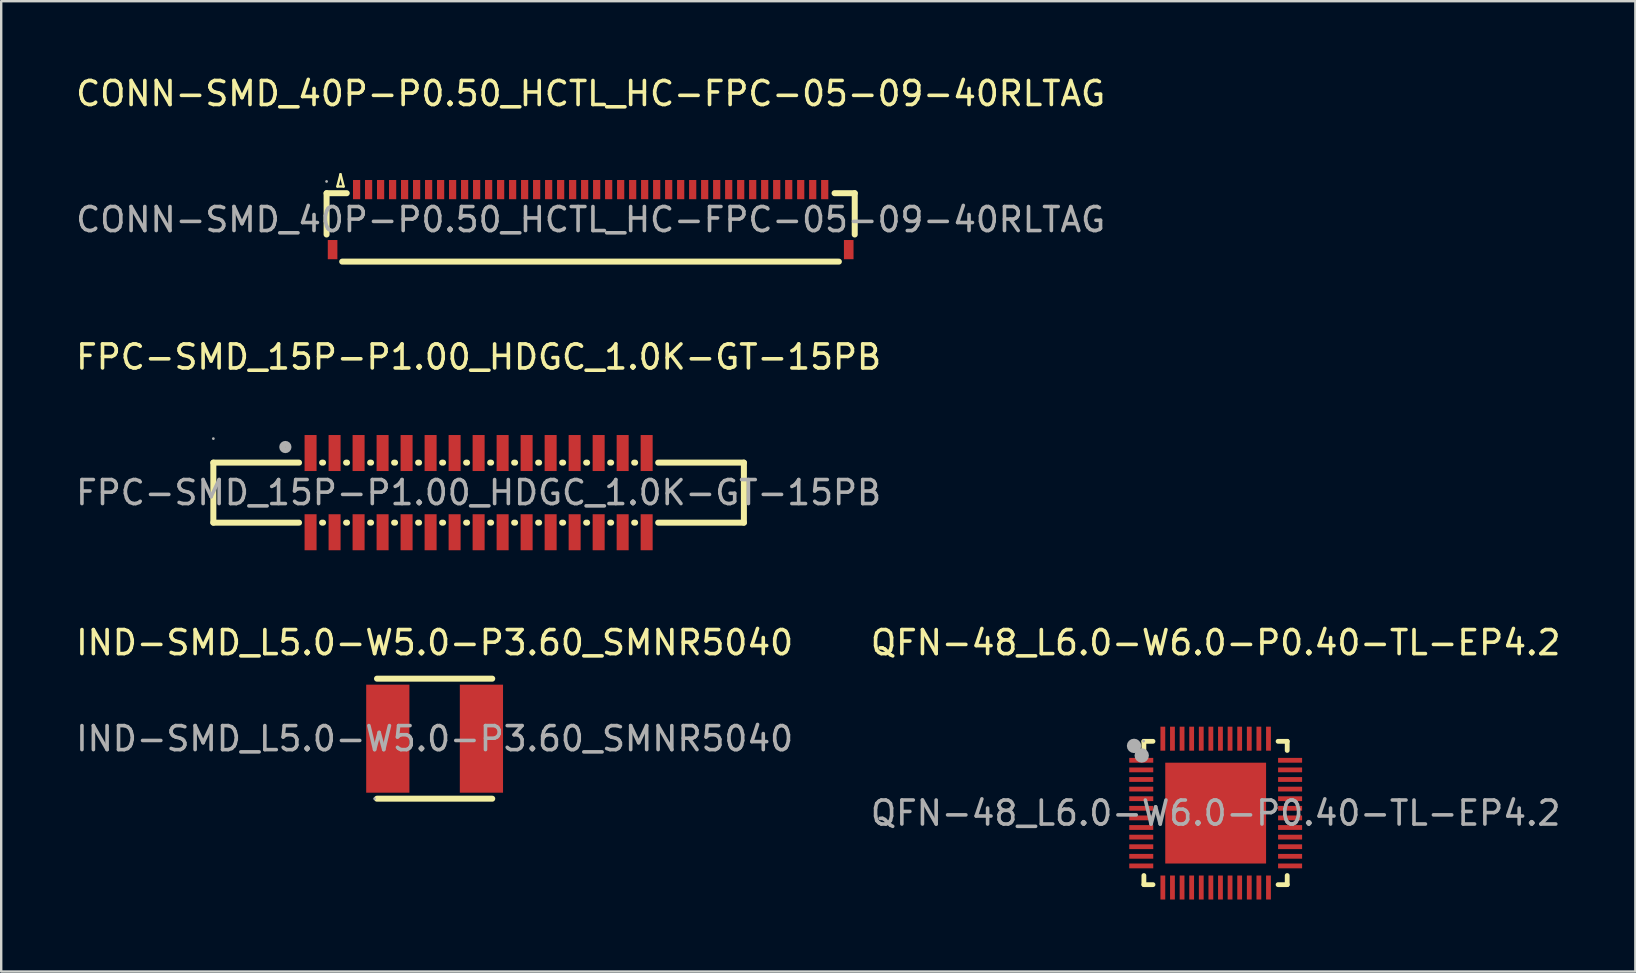
<source format=kicad_pcb>
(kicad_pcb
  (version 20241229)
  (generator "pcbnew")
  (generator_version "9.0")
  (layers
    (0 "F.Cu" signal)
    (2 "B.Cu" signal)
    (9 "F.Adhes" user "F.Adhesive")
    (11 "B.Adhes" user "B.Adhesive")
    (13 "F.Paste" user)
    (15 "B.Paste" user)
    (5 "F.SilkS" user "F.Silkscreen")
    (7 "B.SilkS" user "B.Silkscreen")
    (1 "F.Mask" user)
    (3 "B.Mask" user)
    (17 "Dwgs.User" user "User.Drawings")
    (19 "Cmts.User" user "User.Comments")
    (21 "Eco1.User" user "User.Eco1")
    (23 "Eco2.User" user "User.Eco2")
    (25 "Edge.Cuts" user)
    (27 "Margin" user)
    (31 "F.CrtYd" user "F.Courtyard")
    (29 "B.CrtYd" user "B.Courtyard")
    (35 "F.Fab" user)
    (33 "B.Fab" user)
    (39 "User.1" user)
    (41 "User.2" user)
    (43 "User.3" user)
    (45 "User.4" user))
  (footprint "FPC-SMD_15P-P1.00_HDGC_1.0K-GT-15PB"
    (layer "F.Cu")
    (at 16.887 17.471)
    (property "Reference" "FPC-SMD_15P-P1.00_HDGC_1.0K-GT-15PB" (at 0 -5.65 0) (layer "F.SilkS") (effects (font (size 1 1) (thickness 0.15))))
    (attr smd)
    (fp_line (start -11.05 -1.25) (end -11.05 1.25) (stroke (width 0.25) (type solid)) (layer "F.SilkS"))
    (fp_line (start -11.05 -1.25) (end -7.48 -1.25) (stroke (width 0.25) (type solid)) (layer "F.SilkS"))
    (fp_line (start -11.05 1.25) (end -7.48 1.25) (stroke (width 0.25) (type solid)) (layer "F.SilkS"))
    (fp_line (start -6.52 -1.25) (end -6.48 -1.25) (stroke (width 0.25) (type solid)) (layer "F.SilkS"))
    (fp_line (start -6.52 1.25) (end -6.48 1.25) (stroke (width 0.25) (type solid)) (layer "F.SilkS"))
    (fp_line (start -5.52 -1.25) (end -5.48 -1.25) (stroke (width 0.25) (type solid)) (layer "F.SilkS"))
    (fp_line (start -5.52 1.25) (end -5.48 1.25) (stroke (width 0.25) (type solid)) (layer "F.SilkS"))
    (fp_line (start -4.52 -1.25) (end -4.48 -1.25) (stroke (width 0.25) (type solid)) (layer "F.SilkS"))
    (fp_line (start -4.52 1.25) (end -4.48 1.25) (stroke (width 0.25) (type solid)) (layer "F.SilkS"))
    (fp_line (start -3.52 -1.25) (end -3.48 -1.25) (stroke (width 0.25) (type solid)) (layer "F.SilkS"))
    (fp_line (start -3.52 1.25) (end -3.48 1.25) (stroke (width 0.25) (type solid)) (layer "F.SilkS"))
    (fp_line (start -2.48 -1.25) (end -2.52 -1.25) (stroke (width 0.25) (type solid)) (layer "F.SilkS"))
    (fp_line (start -2.48 1.25) (end -2.52 1.25) (stroke (width 0.25) (type solid)) (layer "F.SilkS"))
    (fp_line (start -1.48 -1.25) (end -1.52 -1.25) (stroke (width 0.25) (type solid)) (layer "F.SilkS"))
    (fp_line (start -1.48 1.25) (end -1.52 1.25) (stroke (width 0.25) (type solid)) (layer "F.SilkS"))
    (fp_line (start -0.48 -1.25) (end -0.52 -1.25) (stroke (width 0.25) (type solid)) (layer "F.SilkS"))
    (fp_line (start -0.48 1.25) (end -0.52 1.25) (stroke (width 0.25) (type solid)) (layer "F.SilkS"))
    (fp_line (start 0.52 -1.25) (end 0.48 -1.25) (stroke (width 0.25) (type solid)) (layer "F.SilkS"))
    (fp_line (start 0.52 1.25) (end 0.48 1.25) (stroke (width 0.25) (type solid)) (layer "F.SilkS"))
    (fp_line (start 1.52 -1.25) (end 1.48 -1.25) (stroke (width 0.25) (type solid)) (layer "F.SilkS"))
    (fp_line (start 1.52 1.25) (end 1.48 1.25) (stroke (width 0.25) (type solid)) (layer "F.SilkS"))
    (fp_line (start 2.52 -1.25) (end 2.48 -1.25) (stroke (width 0.25) (type solid)) (layer "F.SilkS"))
    (fp_line (start 2.52 1.25) (end 2.48 1.25) (stroke (width 0.25) (type solid)) (layer "F.SilkS"))
    (fp_line (start 3.52 -1.25) (end 3.48 -1.25) (stroke (width 0.25) (type solid)) (layer "F.SilkS"))
    (fp_line (start 3.52 1.25) (end 3.48 1.25) (stroke (width 0.25) (type solid)) (layer "F.SilkS"))
    (fp_line (start 4.52 -1.25) (end 4.48 -1.25) (stroke (width 0.25) (type solid)) (layer "F.SilkS"))
    (fp_line (start 4.52 1.25) (end 4.48 1.25) (stroke (width 0.25) (type solid)) (layer "F.SilkS"))
    (fp_line (start 5.52 -1.25) (end 5.48 -1.25) (stroke (width 0.25) (type solid)) (layer "F.SilkS"))
    (fp_line (start 5.52 1.25) (end 5.48 1.25) (stroke (width 0.25) (type solid)) (layer "F.SilkS"))
    (fp_line (start 6.52 -1.25) (end 6.48 -1.25) (stroke (width 0.25) (type solid)) (layer "F.SilkS"))
    (fp_line (start 6.52 1.25) (end 6.48 1.25) (stroke (width 0.25) (type solid)) (layer "F.SilkS"))
    (fp_line (start 11.05 -1.25) (end 7.48 -1.25) (stroke (width 0.25) (type solid)) (layer "F.SilkS"))
    (fp_line (start 11.05 -1.25) (end 11.05 1.25) (stroke (width 0.25) (type solid)) (layer "F.SilkS"))
    (fp_line (start 11.05 1.25) (end 7.48 1.25) (stroke (width 0.25) (type solid)) (layer "F.SilkS"))
    (fp_circle (center -11.05 -2.25) (end -11.02 -2.25) (stroke (width 0.06) (type solid)) (fill no) (layer "F.Fab"))
    (fp_circle (center -8.05 -1.9) (end -7.92 -1.9) (stroke (width 0.25) (type solid)) (fill no) (layer "F.Fab"))
    (fp_text user "${REFERENCE}" (at 0 0 0) (layer "F.Fab") (effects (font (size 1 1) (thickness 0.15))))
    (pad "1" smd rect (at -7 -1.65) (size 0.5 1.5) (layers "F.Cu" "F.Mask" "F.Paste"))
    (pad "1" smd rect (at -7 1.65) (size 0.5 1.5) (layers "F.Cu" "F.Mask" "F.Paste"))
    (pad "2" smd rect (at -6 -1.65) (size 0.5 1.5) (layers "F.Cu" "F.Mask" "F.Paste"))
    (pad "2" smd rect (at -6 1.65) (size 0.5 1.5) (layers "F.Cu" "F.Mask" "F.Paste"))
    (pad "3" smd rect (at -5 -1.65) (size 0.5 1.5) (layers "F.Cu" "F.Mask" "F.Paste"))
    (pad "3" smd rect (at -5 1.65) (size 0.5 1.5) (layers "F.Cu" "F.Mask" "F.Paste"))
    (pad "4" smd rect (at -4 -1.65) (size 0.5 1.5) (layers "F.Cu" "F.Mask" "F.Paste"))
    (pad "4" smd rect (at -4 1.65) (size 0.5 1.5) (layers "F.Cu" "F.Mask" "F.Paste"))
    (pad "5" smd rect (at -3 -1.65) (size 0.5 1.5) (layers "F.Cu" "F.Mask" "F.Paste"))
    (pad "5" smd rect (at -3 1.65) (size 0.5 1.5) (layers "F.Cu" "F.Mask" "F.Paste"))
    (pad "6" smd rect (at -2 -1.65) (size 0.5 1.5) (layers "F.Cu" "F.Mask" "F.Paste"))
    (pad "6" smd rect (at -2 1.65) (size 0.5 1.5) (layers "F.Cu" "F.Mask" "F.Paste"))
    (pad "7" smd rect (at -1 -1.65) (size 0.5 1.5) (layers "F.Cu" "F.Mask" "F.Paste"))
    (pad "7" smd rect (at -1 1.65) (size 0.5 1.5) (layers "F.Cu" "F.Mask" "F.Paste"))
    (pad "8" smd rect (at 0 -1.65) (size 0.5 1.5) (layers "F.Cu" "F.Mask" "F.Paste"))
    (pad "8" smd rect (at 0 1.65) (size 0.5 1.5) (layers "F.Cu" "F.Mask" "F.Paste"))
    (pad "9" smd rect (at 1 -1.65) (size 0.5 1.5) (layers "F.Cu" "F.Mask" "F.Paste"))
    (pad "9" smd rect (at 1 1.65) (size 0.5 1.5) (layers "F.Cu" "F.Mask" "F.Paste"))
    (pad "10" smd rect (at 2 -1.65) (size 0.5 1.5) (layers "F.Cu" "F.Mask" "F.Paste"))
    (pad "10" smd rect (at 2 1.65) (size 0.5 1.5) (layers "F.Cu" "F.Mask" "F.Paste"))
    (pad "11" smd rect (at 3 -1.65) (size 0.5 1.5) (layers "F.Cu" "F.Mask" "F.Paste"))
    (pad "11" smd rect (at 3 1.65) (size 0.5 1.5) (layers "F.Cu" "F.Mask" "F.Paste"))
    (pad "12" smd rect (at 4 -1.65) (size 0.5 1.5) (layers "F.Cu" "F.Mask" "F.Paste"))
    (pad "12" smd rect (at 4 1.65) (size 0.5 1.5) (layers "F.Cu" "F.Mask" "F.Paste"))
    (pad "13" smd rect (at 5 -1.65) (size 0.5 1.5) (layers "F.Cu" "F.Mask" "F.Paste"))
    (pad "13" smd rect (at 5 1.65) (size 0.5 1.5) (layers "F.Cu" "F.Mask" "F.Paste"))
    (pad "14" smd rect (at 6 -1.65) (size 0.5 1.5) (layers "F.Cu" "F.Mask" "F.Paste"))
    (pad "14" smd rect (at 6 1.65) (size 0.5 1.5) (layers "F.Cu" "F.Mask" "F.Paste"))
    (pad "15" smd rect (at 7 -1.65) (size 0.5 1.5) (layers "F.Cu" "F.Mask" "F.Paste"))
    (pad "15" smd rect (at 7 1.65) (size 0.5 1.5) (layers "F.Cu" "F.Mask" "F.Paste")))
  (footprint "IND-SMD_L5.0-W5.0-P3.60_SMNR5040"
    (layer "F.Cu")
    (at 15.054 27.72)
    (property "Reference" "IND-SMD_L5.0-W5.0-P3.60_SMNR5040" (at 0 -4 0) (layer "F.SilkS") (effects (font (size 1 1) (thickness 0.15))))
    (attr smd)
    (fp_line (start -2.4 -2.5) (end 2.4 -2.5) (stroke (width 0.25) (type solid)) (layer "F.SilkS"))
    (fp_line (start -2.4 2.5) (end 2.4 2.5) (stroke (width 0.25) (type solid)) (layer "F.SilkS"))
    (fp_circle (center -2.5 2.5) (end -2.47 2.5) (stroke (width 0.06) (type solid)) (fill no) (layer "F.Fab"))
    (fp_text user "${REFERENCE}" (at 0 0 0) (layer "F.Fab") (effects (font (size 1 1) (thickness 0.15))))
    (pad "1" smd rect (at -1.95 0) (size 1.8 4.5) (layers "F.Cu" "F.Mask" "F.Paste"))
    (pad "2" smd rect (at 1.95 0) (size 1.8 4.5) (layers "F.Cu" "F.Mask" "F.Paste")))
  (footprint "QFN-48_L6.0-W6.0-P0.40-TL-EP4.2"
    (layer "F.Cu")
    (at 47.589 30.82)
    (property "Reference" "QFN-48_L6.0-W6.0-P0.40-TL-EP4.2" (at 0 -7.1 0) (layer "F.SilkS") (effects (font (size 1 1) (thickness 0.15))))
    (attr smd)
    (fp_line (start -2.99 -2.99) (end -2.61 -2.99) (stroke (width 0.2) (type solid)) (layer "F.SilkS"))
    (fp_line (start -2.99 -2.61) (end -2.99 -2.99) (stroke (width 0.2) (type solid)) (layer "F.SilkS"))
    (fp_line (start -2.99 2.98) (end -2.99 2.6) (stroke (width 0.2) (type solid)) (layer "F.SilkS"))
    (fp_line (start -2.61 2.98) (end -2.99 2.98) (stroke (width 0.2) (type solid)) (layer "F.SilkS"))
    (fp_line (start 2.6 -2.99) (end 2.98 -2.99) (stroke (width 0.2) (type solid)) (layer "F.SilkS"))
    (fp_line (start 2.98 -2.99) (end 2.98 -2.61) (stroke (width 0.2) (type solid)) (layer "F.SilkS"))
    (fp_line (start 2.98 2.6) (end 2.98 2.98) (stroke (width 0.2) (type solid)) (layer "F.SilkS"))
    (fp_line (start 2.98 2.98) (end 2.6 2.98) (stroke (width 0.2) (type solid)) (layer "F.SilkS"))
    (fp_arc (start -3.4 -2.8) (mid -3.4 -2.8) (end -3.4 -2.8) (stroke (width 0.3) (type solid)) (layer "F.Fab"))
    (fp_circle (center -3.08 -2.4) (end -2.93 -2.4) (stroke (width 0.3) (type solid)) (fill no) (layer "F.Fab"))
    (fp_circle (center -3 -3) (end -2.97 -3) (stroke (width 0.06) (type solid)) (fill no) (layer "F.Fab"))
    (fp_text user "${REFERENCE}" (at 0 0 0) (layer "F.Fab") (effects (font (size 1 1) (thickness 0.15))))
    (pad "1" smd rect (at -3.1 -2.2) (size 1 0.2) (layers "F.Cu" "F.Mask" "F.Paste"))
    (pad "2" smd rect (at -3.1 -1.8) (size 1 0.2) (layers "F.Cu" "F.Mask" "F.Paste"))
    (pad "3" smd rect (at -3.1 -1.4) (size 1 0.2) (layers "F.Cu" "F.Mask" "F.Paste"))
    (pad "4" smd rect (at -3.1 -1) (size 1 0.2) (layers "F.Cu" "F.Mask" "F.Paste"))
    (pad "5" smd rect (at -3.1 -0.6) (size 1 0.2) (layers "F.Cu" "F.Mask" "F.Paste"))
    (pad "6" smd rect (at -3.1 -0.2) (size 1 0.2) (layers "F.Cu" "F.Mask" "F.Paste"))
    (pad "7" smd rect (at -3.1 0.2) (size 1 0.2) (layers "F.Cu" "F.Mask" "F.Paste"))
    (pad "8" smd rect (at -3.1 0.6) (size 1 0.2) (layers "F.Cu" "F.Mask" "F.Paste"))
    (pad "9" smd rect (at -3.1 1) (size 1 0.2) (layers "F.Cu" "F.Mask" "F.Paste"))
    (pad "10" smd rect (at -3.1 1.4) (size 1 0.2) (layers "F.Cu" "F.Mask" "F.Paste"))
    (pad "11" smd rect (at -3.1 1.8) (size 1 0.2) (layers "F.Cu" "F.Mask" "F.Paste"))
    (pad "12" smd rect (at -3.1 2.2) (size 1 0.2) (layers "F.Cu" "F.Mask" "F.Paste"))
    (pad "13" smd rect (at -2.2 3.1) (size 0.2 1) (layers "F.Cu" "F.Mask" "F.Paste"))
    (pad "14" smd rect (at -1.8 3.1) (size 0.2 1) (layers "F.Cu" "F.Mask" "F.Paste"))
    (pad "15" smd rect (at -1.4 3.1) (size 0.2 1) (layers "F.Cu" "F.Mask" "F.Paste"))
    (pad "16" smd rect (at -1 3.1) (size 0.2 1) (layers "F.Cu" "F.Mask" "F.Paste"))
    (pad "17" smd rect (at -0.6 3.1) (size 0.2 1) (layers "F.Cu" "F.Mask" "F.Paste"))
    (pad "18" smd rect (at -0.2 3.1) (size 0.2 1) (layers "F.Cu" "F.Mask" "F.Paste"))
    (pad "19" smd rect (at 0.2 3.1) (size 0.2 1) (layers "F.Cu" "F.Mask" "F.Paste"))
    (pad "20" smd rect (at 0.6 3.1) (size 0.2 1) (layers "F.Cu" "F.Mask" "F.Paste"))
    (pad "21" smd rect (at 1 3.1) (size 0.2 1) (layers "F.Cu" "F.Mask" "F.Paste"))
    (pad "22" smd rect (at 1.4 3.1) (size 0.2 1) (layers "F.Cu" "F.Mask" "F.Paste"))
    (pad "23" smd rect (at 1.8 3.1) (size 0.2 1) (layers "F.Cu" "F.Mask" "F.Paste"))
    (pad "24" smd rect (at 2.2 3.1) (size 0.2 1) (layers "F.Cu" "F.Mask" "F.Paste"))
    (pad "25" smd rect (at 3.1 2.2) (size 1 0.2) (layers "F.Cu" "F.Mask" "F.Paste"))
    (pad "26" smd rect (at 3.1 1.8) (size 1 0.2) (layers "F.Cu" "F.Mask" "F.Paste"))
    (pad "27" smd rect (at 3.1 1.4) (size 1 0.2) (layers "F.Cu" "F.Mask" "F.Paste"))
    (pad "28" smd rect (at 3.1 1) (size 1 0.2) (layers "F.Cu" "F.Mask" "F.Paste"))
    (pad "29" smd rect (at 3.1 0.6) (size 1 0.2) (layers "F.Cu" "F.Mask" "F.Paste"))
    (pad "30" smd rect (at 3.1 0.2) (size 1 0.2) (layers "F.Cu" "F.Mask" "F.Paste"))
    (pad "31" smd rect (at 3.1 -0.2) (size 1 0.2) (layers "F.Cu" "F.Mask" "F.Paste"))
    (pad "32" smd rect (at 3.1 -0.6) (size 1 0.2) (layers "F.Cu" "F.Mask" "F.Paste"))
    (pad "33" smd rect (at 3.1 -1) (size 1 0.2) (layers "F.Cu" "F.Mask" "F.Paste"))
    (pad "34" smd rect (at 3.1 -1.4) (size 1 0.2) (layers "F.Cu" "F.Mask" "F.Paste"))
    (pad "35" smd rect (at 3.1 -1.8) (size 1 0.2) (layers "F.Cu" "F.Mask" "F.Paste"))
    (pad "36" smd rect (at 3.1 -2.2) (size 1 0.2) (layers "F.Cu" "F.Mask" "F.Paste"))
    (pad "37" smd rect (at 2.2 -3.1) (size 0.2 1) (layers "F.Cu" "F.Mask" "F.Paste"))
    (pad "38" smd rect (at 1.8 -3.1) (size 0.2 1) (layers "F.Cu" "F.Mask" "F.Paste"))
    (pad "39" smd rect (at 1.4 -3.1) (size 0.2 1) (layers "F.Cu" "F.Mask" "F.Paste"))
    (pad "40" smd rect (at 1 -3.1) (size 0.2 1) (layers "F.Cu" "F.Mask" "F.Paste"))
    (pad "41" smd rect (at 0.6 -3.1) (size 0.2 1) (layers "F.Cu" "F.Mask" "F.Paste"))
    (pad "42" smd rect (at 0.2 -3.1) (size 0.2 1) (layers "F.Cu" "F.Mask" "F.Paste"))
    (pad "43" smd rect (at -0.2 -3.1) (size 0.2 1) (layers "F.Cu" "F.Mask" "F.Paste"))
    (pad "44" smd rect (at -0.6 -3.1) (size 0.2 1) (layers "F.Cu" "F.Mask" "F.Paste"))
    (pad "45" smd rect (at -1 -3.1) (size 0.2 1) (layers "F.Cu" "F.Mask" "F.Paste"))
    (pad "46" smd rect (at -1.4 -3.1) (size 0.2 1) (layers "F.Cu" "F.Mask" "F.Paste"))
    (pad "47" smd rect (at -1.8 -3.1) (size 0.2 1) (layers "F.Cu" "F.Mask" "F.Paste"))
    (pad "48" smd rect (at -2.2 -3.1) (size 0.2 1) (layers "F.Cu" "F.Mask" "F.Paste"))
    (pad "49" smd rect (at 0 0) (size 4.2 4.2) (layers "F.Cu" "F.Mask" "F.Paste")))
  (footprint "CONN-SMD_40P-P0.50_HCTL_HC-FPC-05-09-40RLTAG"
    (layer "F.Cu")
    (at 21.554 6.098)
    (property "Reference" "CONN-SMD_40P-P0.50_HCTL_HC-FPC-05-09-40RLTAG" (at 0 -5.25 0) (layer "F.SilkS") (effects (font (size 1 1) (thickness 0.15))))
    (attr smd)
    (fp_line (start -11 -1.1) (end -11 0.62) (stroke (width 0.25) (type solid)) (layer "F.SilkS"))
    (fp_line (start -10.55 -1.38) (end -10.29 -1.38) (stroke (width 0.1) (type solid)) (layer "F.SilkS"))
    (fp_line (start -10.42 -1.89) (end -10.55 -1.38) (stroke (width 0.1) (type solid)) (layer "F.SilkS"))
    (fp_line (start -10.35 1.75) (end 10.34 1.75) (stroke (width 0.25) (type solid)) (layer "F.SilkS"))
    (fp_line (start -10.29 -1.38) (end -10.42 -1.89) (stroke (width 0.1) (type solid)) (layer "F.SilkS"))
    (fp_line (start -10.16 -1.1) (end -11 -1.1) (stroke (width 0.25) (type solid)) (layer "F.SilkS"))
    (fp_line (start 10.16 -1.1) (end 11 -1.1) (stroke (width 0.25) (type solid)) (layer "F.SilkS"))
    (fp_line (start 11 -1.1) (end 11 0.62) (stroke (width 0.25) (type solid)) (layer "F.SilkS"))
    (fp_circle (center -11 -1.59) (end -10.97 -1.59) (stroke (width 0.06) (type solid)) (fill no) (layer "F.Fab"))
    (fp_text user "${REFERENCE}" (at 0 0 0) (layer "F.Fab") (effects (font (size 1 1) (thickness 0.15))))
    (pad "1" smd rect (at -9.75 -1.25) (size 0.3 0.8) (layers "F.Cu" "F.Mask" "F.Paste"))
    (pad "2" smd rect (at -9.25 -1.25) (size 0.3 0.8) (layers "F.Cu" "F.Mask" "F.Paste"))
    (pad "3" smd rect (at -8.75 -1.25) (size 0.3 0.8) (layers "F.Cu" "F.Mask" "F.Paste"))
    (pad "4" smd rect (at -8.25 -1.25) (size 0.3 0.8) (layers "F.Cu" "F.Mask" "F.Paste"))
    (pad "5" smd rect (at -7.75 -1.25) (size 0.3 0.8) (layers "F.Cu" "F.Mask" "F.Paste"))
    (pad "6" smd rect (at -7.25 -1.25) (size 0.3 0.8) (layers "F.Cu" "F.Mask" "F.Paste"))
    (pad "7" smd rect (at -6.75 -1.25) (size 0.3 0.8) (layers "F.Cu" "F.Mask" "F.Paste"))
    (pad "8" smd rect (at -6.25 -1.25) (size 0.3 0.8) (layers "F.Cu" "F.Mask" "F.Paste"))
    (pad "9" smd rect (at -5.75 -1.25) (size 0.3 0.8) (layers "F.Cu" "F.Mask" "F.Paste"))
    (pad "10" smd rect (at -5.25 -1.25) (size 0.3 0.8) (layers "F.Cu" "F.Mask" "F.Paste"))
    (pad "11" smd rect (at -4.75 -1.25) (size 0.3 0.8) (layers "F.Cu" "F.Mask" "F.Paste"))
    (pad "12" smd rect (at -4.25 -1.25) (size 0.3 0.8) (layers "F.Cu" "F.Mask" "F.Paste"))
    (pad "13" smd rect (at -3.75 -1.25) (size 0.3 0.8) (layers "F.Cu" "F.Mask" "F.Paste"))
    (pad "14" smd rect (at -3.25 -1.25) (size 0.3 0.8) (layers "F.Cu" "F.Mask" "F.Paste"))
    (pad "15" smd rect (at -2.75 -1.25) (size 0.3 0.8) (layers "F.Cu" "F.Mask" "F.Paste"))
    (pad "16" smd rect (at -2.25 -1.25) (size 0.3 0.8) (layers "F.Cu" "F.Mask" "F.Paste"))
    (pad "17" smd rect (at -1.75 -1.25) (size 0.3 0.8) (layers "F.Cu" "F.Mask" "F.Paste"))
    (pad "18" smd rect (at -1.25 -1.25) (size 0.3 0.8) (layers "F.Cu" "F.Mask" "F.Paste"))
    (pad "19" smd rect (at -0.75 -1.25) (size 0.3 0.8) (layers "F.Cu" "F.Mask" "F.Paste"))
    (pad "20" smd rect (at -0.25 -1.25) (size 0.3 0.8) (layers "F.Cu" "F.Mask" "F.Paste"))
    (pad "21" smd rect (at 0.25 -1.25) (size 0.3 0.8) (layers "F.Cu" "F.Mask" "F.Paste"))
    (pad "22" smd rect (at 0.75 -1.25) (size 0.3 0.8) (layers "F.Cu" "F.Mask" "F.Paste"))
    (pad "23" smd rect (at 1.25 -1.25) (size 0.3 0.8) (layers "F.Cu" "F.Mask" "F.Paste"))
    (pad "24" smd rect (at 1.75 -1.25) (size 0.3 0.8) (layers "F.Cu" "F.Mask" "F.Paste"))
    (pad "25" smd rect (at 2.25 -1.25) (size 0.3 0.8) (layers "F.Cu" "F.Mask" "F.Paste"))
    (pad "26" smd rect (at 2.75 -1.25) (size 0.3 0.8) (layers "F.Cu" "F.Mask" "F.Paste"))
    (pad "27" smd rect (at 3.25 -1.25) (size 0.3 0.8) (layers "F.Cu" "F.Mask" "F.Paste"))
    (pad "28" smd rect (at 3.75 -1.25) (size 0.3 0.8) (layers "F.Cu" "F.Mask" "F.Paste"))
    (pad "29" smd rect (at 4.25 -1.25) (size 0.3 0.8) (layers "F.Cu" "F.Mask" "F.Paste"))
    (pad "30" smd rect (at 4.75 -1.25) (size 0.3 0.8) (layers "F.Cu" "F.Mask" "F.Paste"))
    (pad "31" smd rect (at 5.25 -1.25) (size 0.3 0.8) (layers "F.Cu" "F.Mask" "F.Paste"))
    (pad "32" smd rect (at 5.75 -1.25) (size 0.3 0.8) (layers "F.Cu" "F.Mask" "F.Paste"))
    (pad "33" smd rect (at 6.25 -1.25) (size 0.3 0.8) (layers "F.Cu" "F.Mask" "F.Paste"))
    (pad "34" smd rect (at 6.75 -1.25) (size 0.3 0.8) (layers "F.Cu" "F.Mask" "F.Paste"))
    (pad "35" smd rect (at 7.25 -1.25) (size 0.3 0.8) (layers "F.Cu" "F.Mask" "F.Paste"))
    (pad "36" smd rect (at 7.75 -1.25) (size 0.3 0.8) (layers "F.Cu" "F.Mask" "F.Paste"))
    (pad "37" smd rect (at 8.25 -1.25) (size 0.3 0.8) (layers "F.Cu" "F.Mask" "F.Paste"))
    (pad "38" smd rect (at 8.75 -1.25) (size 0.3 0.8) (layers "F.Cu" "F.Mask" "F.Paste"))
    (pad "39" smd rect (at 9.25 -1.25) (size 0.3 0.8) (layers "F.Cu" "F.Mask" "F.Paste"))
    (pad "40" smd rect (at 9.75 -1.25) (size 0.3 0.8) (layers "F.Cu" "F.Mask" "F.Paste"))
    (pad "41" smd rect (at 10.75 1.25) (size 0.4 0.8) (layers "F.Cu" "F.Mask" "F.Paste"))
    (pad "42" smd rect (at -10.75 1.25) (size 0.4 0.8) (layers "F.Cu" "F.Mask" "F.Paste")))
  (gr_rect
    (start -3 -3)
    (end 65.071 37.42)
    (stroke (width 0.1) (type default))
    (fill no)
    (layer "Edge.Cuts")))
</source>
